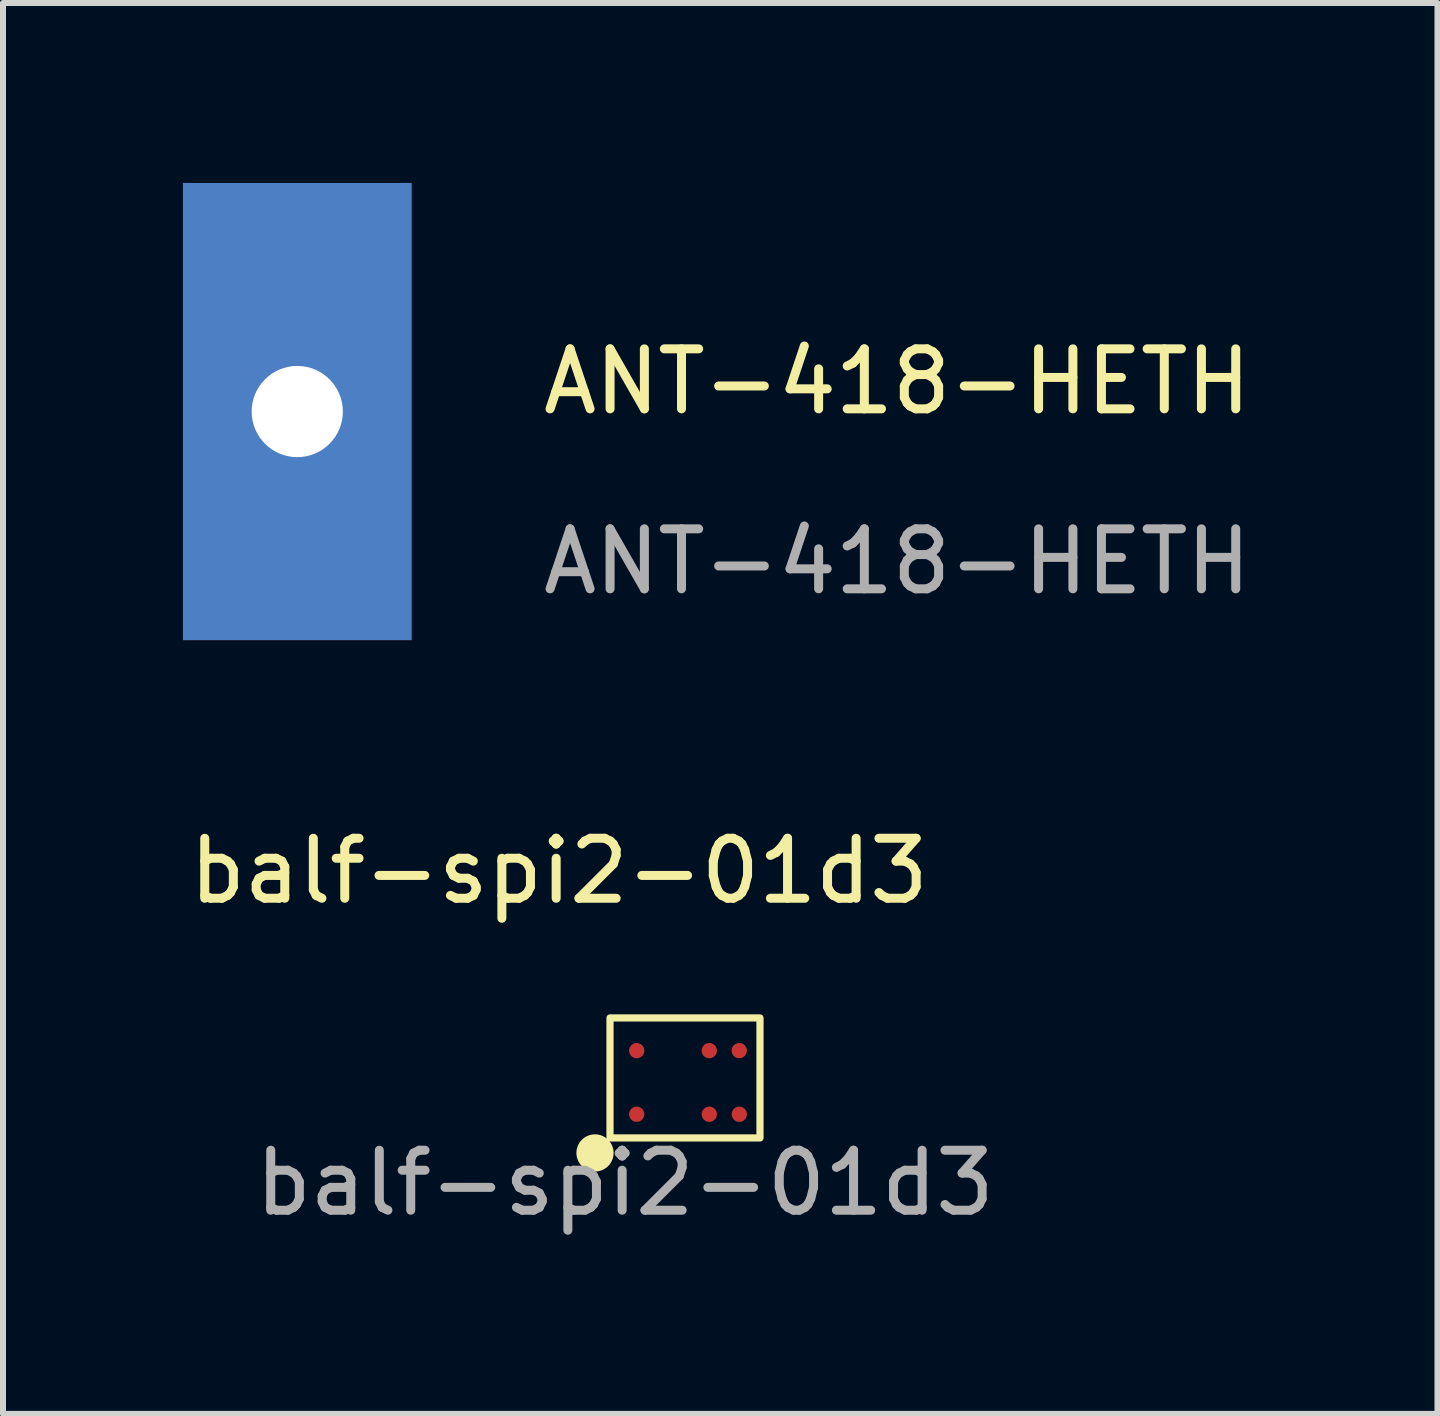
<source format=kicad_pcb>
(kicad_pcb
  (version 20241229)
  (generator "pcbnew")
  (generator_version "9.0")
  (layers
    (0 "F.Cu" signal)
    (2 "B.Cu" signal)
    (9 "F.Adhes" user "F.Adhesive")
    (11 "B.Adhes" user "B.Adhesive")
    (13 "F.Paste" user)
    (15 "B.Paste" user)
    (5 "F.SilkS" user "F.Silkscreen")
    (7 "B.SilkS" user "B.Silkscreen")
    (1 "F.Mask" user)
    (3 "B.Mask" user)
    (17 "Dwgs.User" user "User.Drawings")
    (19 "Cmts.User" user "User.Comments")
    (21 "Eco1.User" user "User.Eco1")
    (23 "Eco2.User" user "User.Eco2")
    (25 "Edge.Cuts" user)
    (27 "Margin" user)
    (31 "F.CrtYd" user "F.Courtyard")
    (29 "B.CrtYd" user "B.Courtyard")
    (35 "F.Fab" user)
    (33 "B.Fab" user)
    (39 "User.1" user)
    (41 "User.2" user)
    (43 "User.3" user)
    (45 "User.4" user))
  (footprint "balf-spi2-01d3"
    (layer "F.Cu")
    (at 7.368 14.168)
    (property "Reference" "balf-spi2-01d3" (at -1.1 -2.7 0) (unlocked yes) (layer "F.SilkS") (effects (font (size 1 1) (thickness 0.15))))
    (attr smd)
    (fp_rect (start -0.25 -0.25) (end 2.25 1.75) (stroke (width 0.12) (type default)) (fill no) (layer "F.SilkS"))
    (fp_circle (center -0.5 2) (end -0.25 2) (stroke (width 0.12) (type solid)) (fill yes) (layer "F.SilkS"))
    (fp_text user "${REFERENCE}" (at 0 2.5 0) (unlocked yes) (layer "F.Fab") (effects (font (size 1 1) (thickness 0.15))))
    (pad "1" smd circle (at 0.195 0.295) (size 0.255 0.255) (layers "F.Cu" "F.Mask" "F.Paste"))
    (pad "2" smd circle (at 1.405 0.295) (size 0.255 0.255) (layers "F.Cu" "F.Mask" "F.Paste"))
    (pad "3" smd circle (at 1.905 0.295) (size 0.255 0.255) (layers "F.Cu" "F.Mask" "F.Paste"))
    (pad "4" smd circle (at 0.195 1.355) (size 0.255 0.255) (layers "F.Cu" "F.Mask" "F.Paste"))
    (pad "5" smd circle (at 1.405 1.355) (size 0.255 0.255) (layers "F.Cu" "F.Mask" "F.Paste"))
    (pad "6" smd circle (at 1.905 1.355) (size 0.255 0.255) (layers "F.Cu" "F.Mask" "F.Paste")))
  (footprint "ANT-418-HETH"
    (layer "F.Cu")
    (at 11.905 3.81)
    (property "Reference" "ANT-418-HETH" (at 0 -0.5 0) (unlocked yes) (layer "F.SilkS") (effects (font (size 1 1) (thickness 0.15))))
    (attr through_hole)
    (fp_text user "${REFERENCE}" (at 0 2.5 0) (unlocked yes) (layer "F.Fab") (effects (font (size 1 1) (thickness 0.15))))
    (pad "1" thru_hole rect (at -10 0) (size 3.81 7.62) (drill 1.52) (layers "*.Cu" "*.Mask")))
  (gr_rect
    (start -3 -3)
    (end 20.911 20.517)
    (stroke (width 0.1) (type default))
    (fill no)
    (layer "Edge.Cuts")))
</source>
